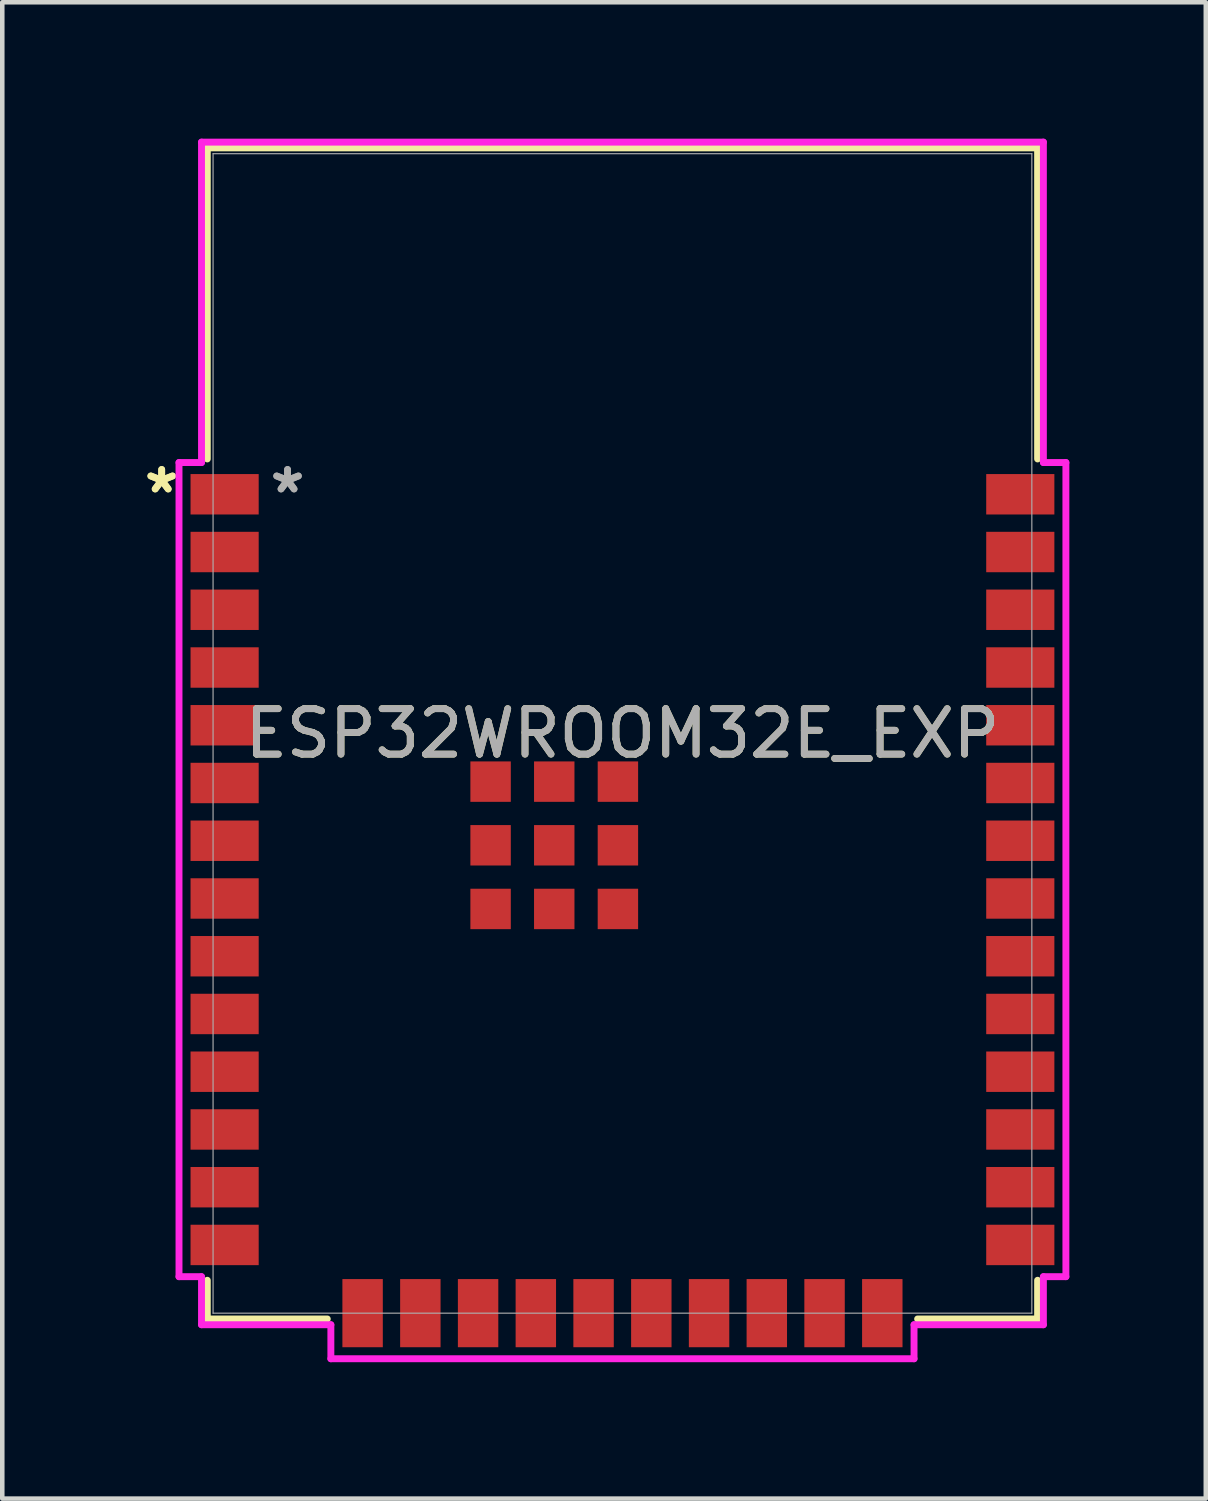
<source format=kicad_pcb>
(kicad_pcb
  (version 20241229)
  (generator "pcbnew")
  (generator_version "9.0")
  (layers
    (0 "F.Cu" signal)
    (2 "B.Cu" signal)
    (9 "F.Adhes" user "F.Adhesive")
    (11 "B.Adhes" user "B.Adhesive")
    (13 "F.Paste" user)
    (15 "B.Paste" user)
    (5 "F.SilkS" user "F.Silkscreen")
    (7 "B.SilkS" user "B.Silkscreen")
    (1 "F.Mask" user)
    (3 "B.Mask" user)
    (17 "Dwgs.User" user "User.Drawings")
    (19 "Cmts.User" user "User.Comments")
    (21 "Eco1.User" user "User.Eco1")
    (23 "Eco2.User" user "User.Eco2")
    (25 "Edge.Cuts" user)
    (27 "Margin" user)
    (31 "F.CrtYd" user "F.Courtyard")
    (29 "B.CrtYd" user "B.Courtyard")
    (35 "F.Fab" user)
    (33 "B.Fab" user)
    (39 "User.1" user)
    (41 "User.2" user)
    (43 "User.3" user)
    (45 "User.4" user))
  (footprint "ESP32­WROOM­32E_EXP"
    (layer "F.Cu")
    (at 10.64 13.081)
    (property "Reference" "ESP32­WROOM­32E_EXP" (at 0 0 0) (unlocked yes) (layer "F.SilkS") (effects (font (size 1 1) (thickness 0.15))))
    (attr smd)
    (fp_line (start -9.131 -12.878) (end 9.131 -12.878) (stroke (width 0.152) (type solid)) (layer "F.SilkS"))
    (fp_line (start -9.131 -6.037) (end -9.131 -12.878) (stroke (width 0.152) (type solid)) (layer "F.SilkS"))
    (fp_line (start -9.131 12.878) (end -9.131 12.027) (stroke (width 0.152) (type solid)) (layer "F.SilkS"))
    (fp_line (start -6.492 12.878) (end -9.131 12.878) (stroke (width 0.152) (type solid)) (layer "F.SilkS"))
    (fp_line (start 9.131 -12.878) (end 9.131 -6.037) (stroke (width 0.152) (type solid)) (layer "F.SilkS"))
    (fp_line (start 9.131 12.027) (end 9.131 12.878) (stroke (width 0.152) (type solid)) (layer "F.SilkS"))
    (fp_line (start 9.131 12.878) (end 6.492 12.878) (stroke (width 0.152) (type solid)) (layer "F.SilkS"))
    (fp_poly (pts (xy -9.004 -12.751) (xy -9.004 -6.553) (xy 9.004 -6.553) (xy 9.004 -12.751)) (stroke (width 0.1) (type solid)) (fill no) (layer "Eco2.User"))
    (fp_line (start -9.753 -5.958) (end -9.753 11.948) (stroke (width 0.152) (type solid)) (layer "F.CrtYd"))
    (fp_line (start -9.753 11.948) (end -9.258 11.948) (stroke (width 0.152) (type solid)) (layer "F.CrtYd"))
    (fp_line (start -9.258 -13.005) (end -9.258 -5.958) (stroke (width 0.152) (type solid)) (layer "F.CrtYd"))
    (fp_line (start -9.258 -5.958) (end -9.753 -5.958) (stroke (width 0.152) (type solid)) (layer "F.CrtYd"))
    (fp_line (start -9.258 11.948) (end -9.258 13.005) (stroke (width 0.152) (type solid)) (layer "F.CrtYd"))
    (fp_line (start -9.258 13.005) (end -6.413 13.005) (stroke (width 0.152) (type solid)) (layer "F.CrtYd"))
    (fp_line (start -6.413 13.005) (end -6.413 13.753) (stroke (width 0.152) (type solid)) (layer "F.CrtYd"))
    (fp_line (start -6.413 13.753) (end 6.413 13.753) (stroke (width 0.152) (type solid)) (layer "F.CrtYd"))
    (fp_line (start 6.413 13.005) (end 9.258 13.005) (stroke (width 0.152) (type solid)) (layer "F.CrtYd"))
    (fp_line (start 6.413 13.753) (end 6.413 13.005) (stroke (width 0.152) (type solid)) (layer "F.CrtYd"))
    (fp_line (start 9.258 -13.005) (end -9.258 -13.005) (stroke (width 0.152) (type solid)) (layer "F.CrtYd"))
    (fp_line (start 9.258 -5.958) (end 9.258 -13.005) (stroke (width 0.152) (type solid)) (layer "F.CrtYd"))
    (fp_line (start 9.258 11.948) (end 9.753 11.948) (stroke (width 0.152) (type solid)) (layer "F.CrtYd"))
    (fp_line (start 9.258 13.005) (end 9.258 11.948) (stroke (width 0.152) (type solid)) (layer "F.CrtYd"))
    (fp_line (start 9.753 -5.958) (end 9.258 -5.958) (stroke (width 0.152) (type solid)) (layer "F.CrtYd"))
    (fp_line (start 9.753 11.948) (end 9.753 -5.958) (stroke (width 0.152) (type solid)) (layer "F.CrtYd"))
    (fp_line (start -9.004 -12.751) (end -9.004 12.751) (stroke (width 0.025) (type solid)) (layer "F.Fab"))
    (fp_line (start -9.004 12.751) (end 9.004 12.751) (stroke (width 0.025) (type solid)) (layer "F.Fab"))
    (fp_line (start 9.004 -12.751) (end -9.004 -12.751) (stroke (width 0.025) (type solid)) (layer "F.Fab"))
    (fp_line (start 9.004 12.751) (end 9.004 -12.751) (stroke (width 0.025) (type solid)) (layer "F.Fab"))
    (fp_text user "*" (at -10.134 -5.26 0) (layer "F.SilkS") (effects (font (size 1 1) (thickness 0.15))))
    (fp_text user "*" (at -10.134 -5.26 0) (unlocked yes) (layer "F.SilkS") (effects (font (size 1 1) (thickness 0.15))))
    (fp_text user "${REFERENCE}" (at 0 0 0) (unlocked yes) (layer "F.Fab") (effects (font (size 1 1) (thickness 0.15))))
    (fp_text user "*" (at -7.366 -5.26 0) (layer "F.Fab") (effects (font (size 1 1) (thickness 0.15))))
    (fp_text user "*" (at -7.366 -5.26 0) (unlocked yes) (layer "F.Fab") (effects (font (size 1 1) (thickness 0.15))))
    (pad "1" smd rect (at -8.75 -5.26) (size 1.499 0.889) (layers "F.Cu" "F.Mask" "F.Paste"))
    (pad "2" smd rect (at -8.75 -3.99) (size 1.499 0.889) (layers "F.Cu" "F.Mask" "F.Paste"))
    (pad "3" smd rect (at -8.75 -2.72) (size 1.499 0.889) (layers "F.Cu" "F.Mask" "F.Paste"))
    (pad "4" smd rect (at -8.75 -1.45) (size 1.499 0.889) (layers "F.Cu" "F.Mask" "F.Paste"))
    (pad "5" smd rect (at -8.75 -0.18) (size 1.499 0.889) (layers "F.Cu" "F.Mask" "F.Paste"))
    (pad "6" smd rect (at -8.75 1.09) (size 1.499 0.889) (layers "F.Cu" "F.Mask" "F.Paste"))
    (pad "7" smd rect (at -8.75 2.36) (size 1.499 0.889) (layers "F.Cu" "F.Mask" "F.Paste"))
    (pad "8" smd rect (at -8.75 3.63) (size 1.499 0.889) (layers "F.Cu" "F.Mask" "F.Paste"))
    (pad "9" smd rect (at -8.75 4.9) (size 1.499 0.889) (layers "F.Cu" "F.Mask" "F.Paste"))
    (pad "10" smd rect (at -8.75 6.17) (size 1.499 0.889) (layers "F.Cu" "F.Mask" "F.Paste"))
    (pad "11" smd rect (at -8.75 7.44) (size 1.499 0.889) (layers "F.Cu" "F.Mask" "F.Paste"))
    (pad "12" smd rect (at -8.75 8.71) (size 1.499 0.889) (layers "F.Cu" "F.Mask" "F.Paste"))
    (pad "13" smd rect (at -8.75 9.98) (size 1.499 0.889) (layers "F.Cu" "F.Mask" "F.Paste"))
    (pad "14" smd rect (at -8.75 11.25) (size 1.499 0.889) (layers "F.Cu" "F.Mask" "F.Paste"))
    (pad "15" smd rect (at -5.715 12.75 90) (size 1.499 0.889) (layers "F.Cu" "F.Mask" "F.Paste"))
    (pad "16" smd rect (at -4.445 12.75 90) (size 1.499 0.889) (layers "F.Cu" "F.Mask" "F.Paste"))
    (pad "17" smd rect (at -3.175 12.75 90) (size 1.499 0.889) (layers "F.Cu" "F.Mask" "F.Paste"))
    (pad "18" smd rect (at -1.905 12.75 90) (size 1.499 0.889) (layers "F.Cu" "F.Mask" "F.Paste"))
    (pad "19" smd rect (at -0.635 12.75 90) (size 1.499 0.889) (layers "F.Cu" "F.Mask" "F.Paste"))
    (pad "20" smd rect (at 0.635 12.75 90) (size 1.499 0.889) (layers "F.Cu" "F.Mask" "F.Paste"))
    (pad "21" smd rect (at 1.905 12.75 90) (size 1.499 0.889) (layers "F.Cu" "F.Mask" "F.Paste"))
    (pad "22" smd rect (at 3.175 12.75 90) (size 1.499 0.889) (layers "F.Cu" "F.Mask" "F.Paste"))
    (pad "23" smd rect (at 4.445 12.75 90) (size 1.499 0.889) (layers "F.Cu" "F.Mask" "F.Paste"))
    (pad "24" smd rect (at 5.715 12.75 90) (size 1.499 0.889) (layers "F.Cu" "F.Mask" "F.Paste"))
    (pad "25" smd rect (at 8.75 11.25) (size 1.499 0.889) (layers "F.Cu" "F.Mask" "F.Paste"))
    (pad "26" smd rect (at 8.75 9.98) (size 1.499 0.889) (layers "F.Cu" "F.Mask" "F.Paste"))
    (pad "27" smd rect (at 8.75 8.71) (size 1.499 0.889) (layers "F.Cu" "F.Mask" "F.Paste"))
    (pad "28" smd rect (at 8.75 7.44) (size 1.499 0.889) (layers "F.Cu" "F.Mask" "F.Paste"))
    (pad "29" smd rect (at 8.75 6.17) (size 1.499 0.889) (layers "F.Cu" "F.Mask" "F.Paste"))
    (pad "30" smd rect (at 8.75 4.9) (size 1.499 0.889) (layers "F.Cu" "F.Mask" "F.Paste"))
    (pad "31" smd rect (at 8.75 3.63) (size 1.499 0.889) (layers "F.Cu" "F.Mask" "F.Paste"))
    (pad "32" smd rect (at 8.75 2.36) (size 1.499 0.889) (layers "F.Cu" "F.Mask" "F.Paste"))
    (pad "33" smd rect (at 8.75 1.09) (size 1.499 0.889) (layers "F.Cu" "F.Mask" "F.Paste"))
    (pad "34" smd rect (at 8.75 -0.18) (size 1.499 0.889) (layers "F.Cu" "F.Mask" "F.Paste"))
    (pad "35" smd rect (at 8.75 -1.45) (size 1.499 0.889) (layers "F.Cu" "F.Mask" "F.Paste"))
    (pad "36" smd rect (at 8.75 -2.72) (size 1.499 0.889) (layers "F.Cu" "F.Mask" "F.Paste"))
    (pad "37" smd rect (at 8.75 -3.99) (size 1.499 0.889) (layers "F.Cu" "F.Mask" "F.Paste"))
    (pad "38" smd rect (at 8.75 -5.26) (size 1.499 0.889) (layers "F.Cu" "F.Mask" "F.Paste"))
    (pad "39" smd rect (at -1.5 2.46) (size 0.889 0.889) (layers "F.Cu" "F.Mask" "F.Paste"))
    (pad "40" smd rect (at -2.9 1.06) (size 0.889 0.889) (layers "F.Cu" "F.Mask" "F.Paste"))
    (pad "41" smd rect (at -2.9 2.46) (size 0.889 0.889) (layers "F.Cu" "F.Mask" "F.Paste"))
    (pad "42" smd rect (at -2.9 3.86) (size 0.889 0.889) (layers "F.Cu" "F.Mask" "F.Paste"))
    (pad "43" smd rect (at -1.5 3.86) (size 0.889 0.889) (layers "F.Cu" "F.Mask" "F.Paste"))
    (pad "44" smd rect (at -0.1 3.86) (size 0.889 0.889) (layers "F.Cu" "F.Mask" "F.Paste"))
    (pad "45" smd rect (at -0.1 2.46) (size 0.889 0.889) (layers "F.Cu" "F.Mask" "F.Paste"))
    (pad "46" smd rect (at -0.1 1.06) (size 0.889 0.889) (layers "F.Cu" "F.Mask" "F.Paste"))
    (pad "47" smd rect (at -1.5 1.06) (size 0.889 0.889) (layers "F.Cu" "F.Mask" "F.Paste")))
  (gr_rect
    (start -3 -3)
    (end 23.47 29.91)
    (stroke (width 0.1) (type default))
    (fill no)
    (layer "Edge.Cuts")))
</source>
